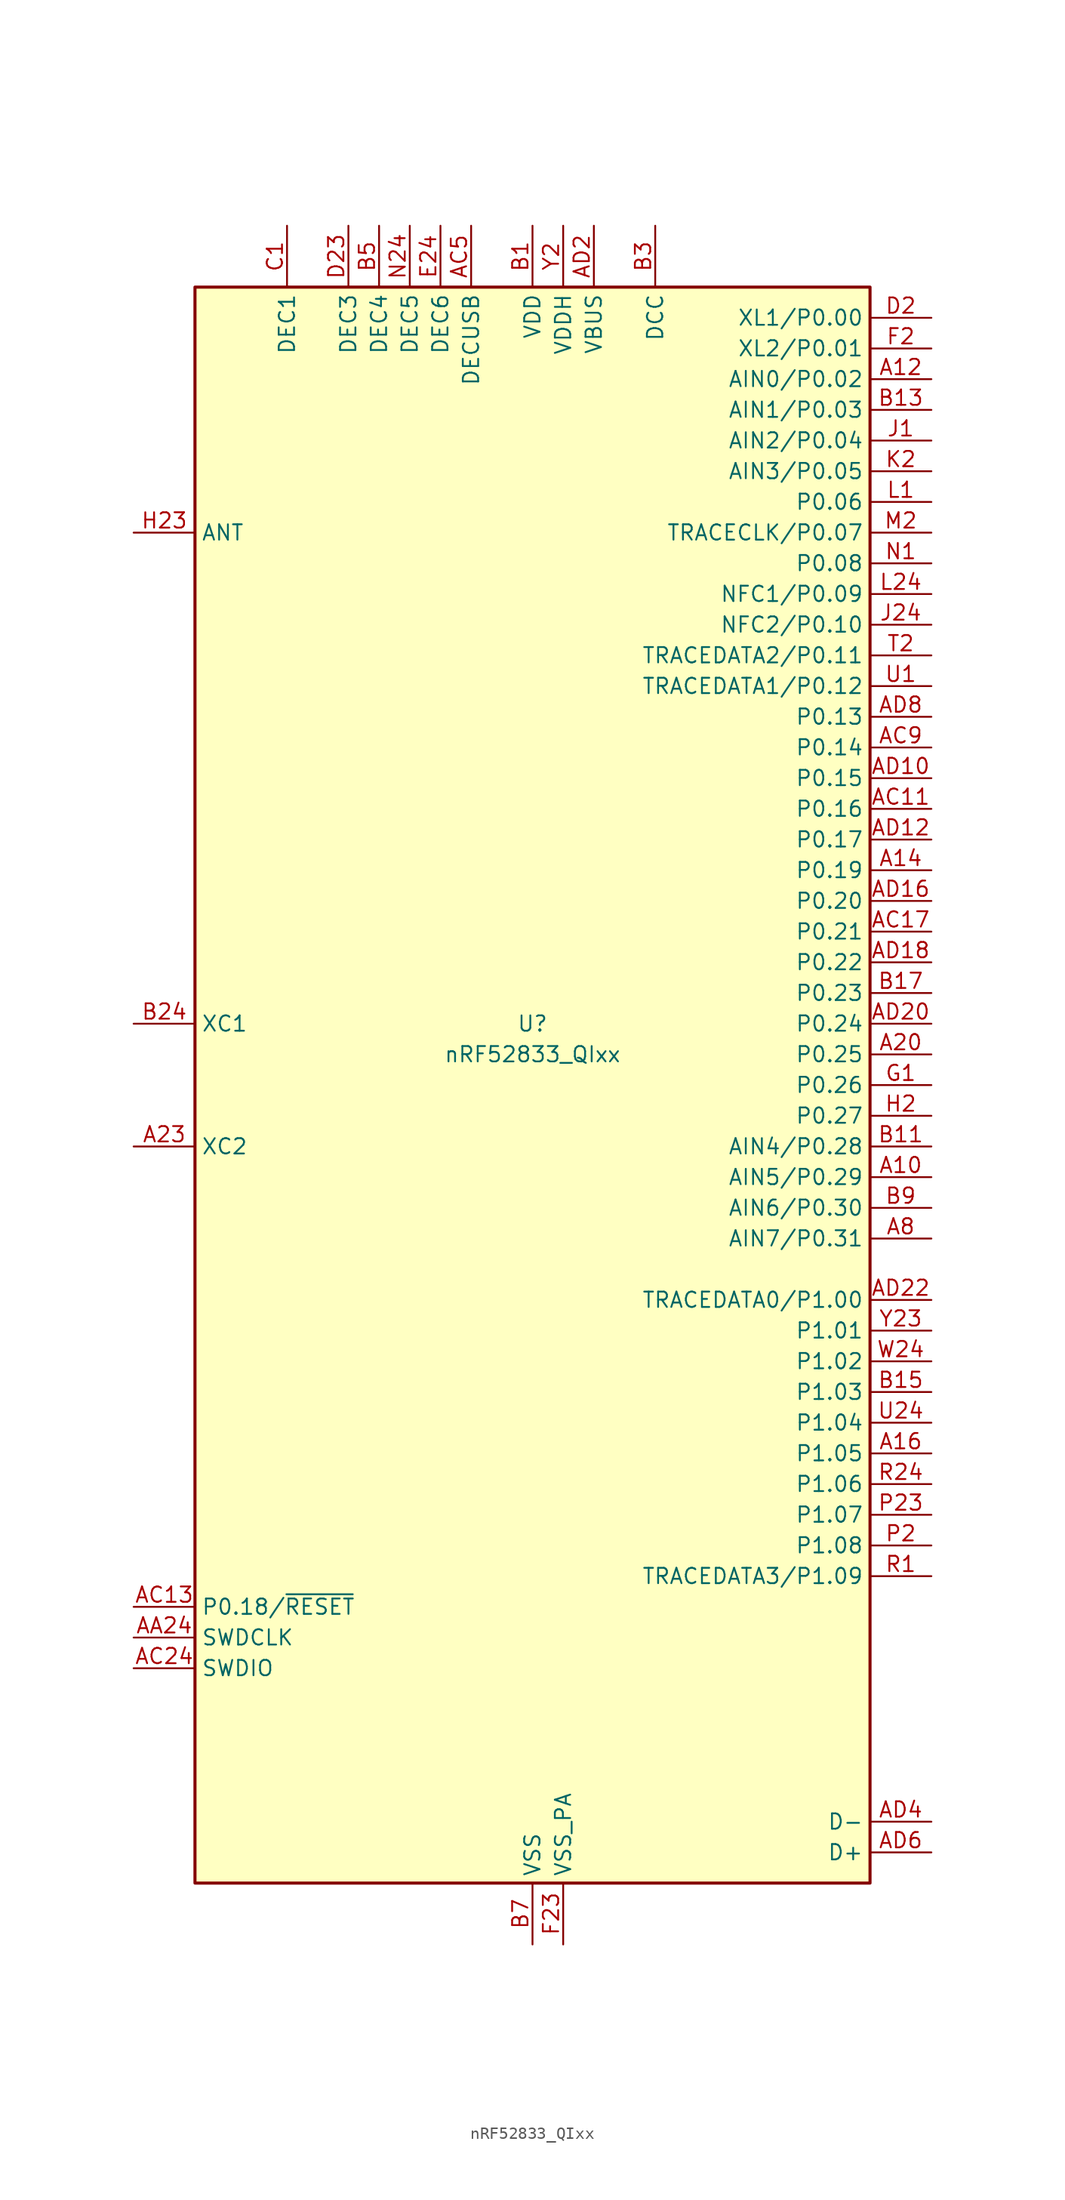
<source format=kicad_sym>
(kicad_symbol_lib
  (version 20241209)
  (generator "kicad_symbol_editor")
  (generator_version "9.0")
  (symbol "nRF52833_QIxx"
    (property "Reference" "U"
      (at 0 5.08 0)
      (effects (font (size 1.27 1.27))))
    (property "Value" "nRF52833_QIxx"
      (at 0 2.54 0)
      (effects (font (size 1.27 1.27))))
    (symbol "nRF52833_QIxx_0_1"
      (rectangle (start -27.94 66.04) (end 27.94 -66.04) (stroke (width 0.254) (type default)) (fill (type background))))
    (symbol "nRF52833_QIxx_1_1"
      (pin passive line (at -33.02 45.72 0) (length 5.08) (name "ANT" (effects (font (size 1.27 1.27)))) (number "H23" (effects (font (size 1.27 1.27)))))
      (pin input line (at -33.02 5.08 0) (length 5.08) (name "XC1" (effects (font (size 1.27 1.27)))) (number "B24" (effects (font (size 1.27 1.27)))))
      (pin input line (at -33.02 -5.08 0) (length 5.08) (name "XC2" (effects (font (size 1.27 1.27)))) (number "A23" (effects (font (size 1.27 1.27)))))
      (pin bidirectional line (at -33.02 -43.18 0) (length 5.08) (name "P0.18/~{RESET}" (effects (font (size 1.27 1.27)))) (number "AC13" (effects (font (size 1.27 1.27)))))
      (pin input line (at -33.02 -45.72 0) (length 5.08) (name "SWDCLK" (effects (font (size 1.27 1.27)))) (number "AA24" (effects (font (size 1.27 1.27)))))
      (pin bidirectional line (at -33.02 -48.26 0) (length 5.08) (name "SWDIO" (effects (font (size 1.27 1.27)))) (number "AC24" (effects (font (size 1.27 1.27)))))
      (pin passive line (at -20.32 71.12 270) (length 5.08) (name "DEC1" (effects (font (size 1.27 1.27)))) (number "C1" (effects (font (size 1.27 1.27)))))
      (pin no_connect line (at -17.78 66.04 270) (length 5.08) (hide yes) (name "NC" (effects (font (size 1.27 1.27)))) (number "A18" (effects (font (size 1.27 1.27)))))
      (pin passive line (at -15.24 71.12 270) (length 5.08) (name "DEC3" (effects (font (size 1.27 1.27)))) (number "D23" (effects (font (size 1.27 1.27)))))
      (pin passive line (at -12.7 71.12 270) (length 5.08) (name "DEC4" (effects (font (size 1.27 1.27)))) (number "B5" (effects (font (size 1.27 1.27)))))
      (pin passive line (at -10.16 71.12 270) (length 5.08) (name "DEC5" (effects (font (size 1.27 1.27)))) (number "N24" (effects (font (size 1.27 1.27)))))
      (pin passive line (at -7.62 71.12 270) (length 5.08) (name "DEC6" (effects (font (size 1.27 1.27)))) (number "E24" (effects (font (size 1.27 1.27)))))
      (pin passive line (at -5.08 71.12 270) (length 5.08) (name "DECUSB" (effects (font (size 1.27 1.27)))) (number "AC5" (effects (font (size 1.27 1.27)))))
      (pin passive line (at 0 71.12 270) (length 5.08) (hide yes) (name "VDD" (effects (font (size 1.27 1.27)))) (number "A22" (effects (font (size 1.27 1.27)))))
      (pin passive line (at 0 71.12 270) (length 5.08) (hide yes) (name "VDD" (effects (font (size 1.27 1.27)))) (number "AD14" (effects (font (size 1.27 1.27)))))
      (pin passive line (at 0 71.12 270) (length 5.08) (hide yes) (name "VDD" (effects (font (size 1.27 1.27)))) (number "AD23" (effects (font (size 1.27 1.27)))))
      (pin power_in line (at 0 71.12 270) (length 5.08) (name "VDD" (effects (font (size 1.27 1.27)))) (number "B1" (effects (font (size 1.27 1.27)))))
      (pin passive line (at 0 71.12 270) (length 5.08) (hide yes) (name "VDD" (effects (font (size 1.27 1.27)))) (number "W1" (effects (font (size 1.27 1.27)))))
      (pin power_in line (at 0 -71.12 90) (length 5.08) (name "VSS" (effects (font (size 1.27 1.27)))) (number "B7" (effects (font (size 1.27 1.27)))))
      (pin passive line (at 0 -71.12 90) (length 5.08) (hide yes) (name "VSS" (effects (font (size 1.27 1.27)))) (number "EP" (effects (font (size 1.27 1.27)))))
      (pin power_in line (at 2.54 71.12 270) (length 5.08) (name "VDDH" (effects (font (size 1.27 1.27)))) (number "Y2" (effects (font (size 1.27 1.27)))))
      (pin power_in line (at 2.54 -71.12 90) (length 5.08) (name "VSS_PA" (effects (font (size 1.27 1.27)))) (number "F23" (effects (font (size 1.27 1.27)))))
      (pin power_in line (at 5.08 71.12 270) (length 5.08) (name "VBUS" (effects (font (size 1.27 1.27)))) (number "AD2" (effects (font (size 1.27 1.27)))))
      (pin power_out line (at 10.16 71.12 270) (length 5.08) (name "DCC" (effects (font (size 1.27 1.27)))) (number "B3" (effects (font (size 1.27 1.27)))))
      (pin no_connect line (at 12.7 66.04 270) (length 5.08) (hide yes) (name "NC" (effects (font (size 1.27 1.27)))) (number "AB2" (effects (font (size 1.27 1.27)))))
      (pin no_connect line (at 27.94 -43.18 180) (length 5.08) (hide yes) (name "NC" (effects (font (size 1.27 1.27)))) (number "AC21" (effects (font (size 1.27 1.27)))))
      (pin no_connect line (at 27.94 -45.72 180) (length 5.08) (hide yes) (name "NC" (effects (font (size 1.27 1.27)))) (number "B19" (effects (font (size 1.27 1.27)))))
      (pin no_connect line (at 27.94 -48.26 180) (length 5.08) (hide yes) (name "NC" (effects (font (size 1.27 1.27)))) (number "AC19" (effects (font (size 1.27 1.27)))))
      (pin no_connect line (at 27.94 -50.8 180) (length 5.08) (hide yes) (name "NC" (effects (font (size 1.27 1.27)))) (number "T23" (effects (font (size 1.27 1.27)))))
      (pin no_connect line (at 27.94 -53.34 180) (length 5.08) (hide yes) (name "NC" (effects (font (size 1.27 1.27)))) (number "V23" (effects (font (size 1.27 1.27)))))
      (pin no_connect line (at 27.94 -55.88 180) (length 5.08) (hide yes) (name "NC" (effects (font (size 1.27 1.27)))) (number "AC15" (effects (font (size 1.27 1.27)))))
      (pin bidirectional line (at 33.02 63.5 180) (length 5.08) (name "XL1/P0.00" (effects (font (size 1.27 1.27)))) (number "D2" (effects (font (size 1.27 1.27)))))
      (pin bidirectional line (at 33.02 60.96 180) (length 5.08) (name "XL2/P0.01" (effects (font (size 1.27 1.27)))) (number "F2" (effects (font (size 1.27 1.27)))))
      (pin bidirectional line (at 33.02 58.42 180) (length 5.08) (name "AIN0/P0.02" (effects (font (size 1.27 1.27)))) (number "A12" (effects (font (size 1.27 1.27)))))
      (pin bidirectional line (at 33.02 55.88 180) (length 5.08) (name "AIN1/P0.03" (effects (font (size 1.27 1.27)))) (number "B13" (effects (font (size 1.27 1.27)))))
      (pin bidirectional line (at 33.02 53.34 180) (length 5.08) (name "AIN2/P0.04" (effects (font (size 1.27 1.27)))) (number "J1" (effects (font (size 1.27 1.27)))))
      (pin bidirectional line (at 33.02 50.8 180) (length 5.08) (name "AIN3/P0.05" (effects (font (size 1.27 1.27)))) (number "K2" (effects (font (size 1.27 1.27)))))
      (pin bidirectional line (at 33.02 48.26 180) (length 5.08) (name "P0.06" (effects (font (size 1.27 1.27)))) (number "L1" (effects (font (size 1.27 1.27)))))
      (pin bidirectional line (at 33.02 45.72 180) (length 5.08) (name "TRACECLK/P0.07" (effects (font (size 1.27 1.27)))) (number "M2" (effects (font (size 1.27 1.27)))))
      (pin bidirectional line (at 33.02 43.18 180) (length 5.08) (name "P0.08" (effects (font (size 1.27 1.27)))) (number "N1" (effects (font (size 1.27 1.27)))))
      (pin bidirectional line (at 33.02 40.64 180) (length 5.08) (name "NFC1/P0.09" (effects (font (size 1.27 1.27)))) (number "L24" (effects (font (size 1.27 1.27)))))
      (pin bidirectional line (at 33.02 38.1 180) (length 5.08) (name "NFC2/P0.10" (effects (font (size 1.27 1.27)))) (number "J24" (effects (font (size 1.27 1.27)))))
      (pin bidirectional line (at 33.02 35.56 180) (length 5.08) (name "TRACEDATA2/P0.11" (effects (font (size 1.27 1.27)))) (number "T2" (effects (font (size 1.27 1.27)))))
      (pin bidirectional line (at 33.02 33.02 180) (length 5.08) (name "TRACEDATA1/P0.12" (effects (font (size 1.27 1.27)))) (number "U1" (effects (font (size 1.27 1.27)))))
      (pin bidirectional line (at 33.02 30.48 180) (length 5.08) (name "P0.13" (effects (font (size 1.27 1.27)))) (number "AD8" (effects (font (size 1.27 1.27)))))
      (pin bidirectional line (at 33.02 27.94 180) (length 5.08) (name "P0.14" (effects (font (size 1.27 1.27)))) (number "AC9" (effects (font (size 1.27 1.27)))))
      (pin bidirectional line (at 33.02 25.4 180) (length 5.08) (name "P0.15" (effects (font (size 1.27 1.27)))) (number "AD10" (effects (font (size 1.27 1.27)))))
      (pin bidirectional line (at 33.02 22.86 180) (length 5.08) (name "P0.16" (effects (font (size 1.27 1.27)))) (number "AC11" (effects (font (size 1.27 1.27)))))
      (pin bidirectional line (at 33.02 20.32 180) (length 5.08) (name "P0.17" (effects (font (size 1.27 1.27)))) (number "AD12" (effects (font (size 1.27 1.27)))))
      (pin bidirectional line (at 33.02 17.78 180) (length 5.08) (name "P0.19" (effects (font (size 1.27 1.27)))) (number "A14" (effects (font (size 1.27 1.27)))))
      (pin bidirectional line (at 33.02 15.24 180) (length 5.08) (name "P0.20" (effects (font (size 1.27 1.27)))) (number "AD16" (effects (font (size 1.27 1.27)))))
      (pin bidirectional line (at 33.02 12.7 180) (length 5.08) (name "P0.21" (effects (font (size 1.27 1.27)))) (number "AC17" (effects (font (size 1.27 1.27)))))
      (pin bidirectional line (at 33.02 10.16 180) (length 5.08) (name "P0.22" (effects (font (size 1.27 1.27)))) (number "AD18" (effects (font (size 1.27 1.27)))))
      (pin bidirectional line (at 33.02 7.62 180) (length 5.08) (name "P0.23" (effects (font (size 1.27 1.27)))) (number "B17" (effects (font (size 1.27 1.27)))))
      (pin bidirectional line (at 33.02 5.08 180) (length 5.08) (name "P0.24" (effects (font (size 1.27 1.27)))) (number "AD20" (effects (font (size 1.27 1.27)))))
      (pin bidirectional line (at 33.02 2.54 180) (length 5.08) (name "P0.25" (effects (font (size 1.27 1.27)))) (number "A20" (effects (font (size 1.27 1.27)))))
      (pin bidirectional line (at 33.02 0 180) (length 5.08) (name "P0.26" (effects (font (size 1.27 1.27)))) (number "G1" (effects (font (size 1.27 1.27)))))
      (pin bidirectional line (at 33.02 -2.54 180) (length 5.08) (name "P0.27" (effects (font (size 1.27 1.27)))) (number "H2" (effects (font (size 1.27 1.27)))))
      (pin bidirectional line (at 33.02 -5.08 180) (length 5.08) (name "AIN4/P0.28" (effects (font (size 1.27 1.27)))) (number "B11" (effects (font (size 1.27 1.27)))))
      (pin bidirectional line (at 33.02 -7.62 180) (length 5.08) (name "AIN5/P0.29" (effects (font (size 1.27 1.27)))) (number "A10" (effects (font (size 1.27 1.27)))))
      (pin bidirectional line (at 33.02 -10.16 180) (length 5.08) (name "AIN6/P0.30" (effects (font (size 1.27 1.27)))) (number "B9" (effects (font (size 1.27 1.27)))))
      (pin bidirectional line (at 33.02 -12.7 180) (length 5.08) (name "AIN7/P0.31" (effects (font (size 1.27 1.27)))) (number "A8" (effects (font (size 1.27 1.27)))))
      (pin bidirectional line (at 33.02 -17.78 180) (length 5.08) (name "TRACEDATA0/P1.00" (effects (font (size 1.27 1.27)))) (number "AD22" (effects (font (size 1.27 1.27)))))
      (pin bidirectional line (at 33.02 -20.32 180) (length 5.08) (name "P1.01" (effects (font (size 1.27 1.27)))) (number "Y23" (effects (font (size 1.27 1.27)))))
      (pin bidirectional line (at 33.02 -22.86 180) (length 5.08) (name "P1.02" (effects (font (size 1.27 1.27)))) (number "W24" (effects (font (size 1.27 1.27)))))
      (pin bidirectional line (at 33.02 -25.4 180) (length 5.08) (name "P1.03" (effects (font (size 1.27 1.27)))) (number "B15" (effects (font (size 1.27 1.27)))))
      (pin bidirectional line (at 33.02 -27.94 180) (length 5.08) (name "P1.04" (effects (font (size 1.27 1.27)))) (number "U24" (effects (font (size 1.27 1.27)))))
      (pin bidirectional line (at 33.02 -30.48 180) (length 5.08) (name "P1.05" (effects (font (size 1.27 1.27)))) (number "A16" (effects (font (size 1.27 1.27)))))
      (pin bidirectional line (at 33.02 -33.02 180) (length 5.08) (name "P1.06" (effects (font (size 1.27 1.27)))) (number "R24" (effects (font (size 1.27 1.27)))))
      (pin bidirectional line (at 33.02 -35.56 180) (length 5.08) (name "P1.07" (effects (font (size 1.27 1.27)))) (number "P23" (effects (font (size 1.27 1.27)))))
      (pin bidirectional line (at 33.02 -38.1 180) (length 5.08) (name "P1.08" (effects (font (size 1.27 1.27)))) (number "P2" (effects (font (size 1.27 1.27)))))
      (pin bidirectional line (at 33.02 -40.64 180) (length 5.08) (name "TRACEDATA3/P1.09" (effects (font (size 1.27 1.27)))) (number "R1" (effects (font (size 1.27 1.27)))))
      (pin bidirectional line (at 33.02 -60.96 180) (length 5.08) (name "D-" (effects (font (size 1.27 1.27)))) (number "AD4" (effects (font (size 1.27 1.27)))))
      (pin bidirectional line (at 33.02 -63.5 180) (length 5.08) (name "D+" (effects (font (size 1.27 1.27)))) (number "AD6" (effects (font (size 1.27 1.27))))))))
</source>
